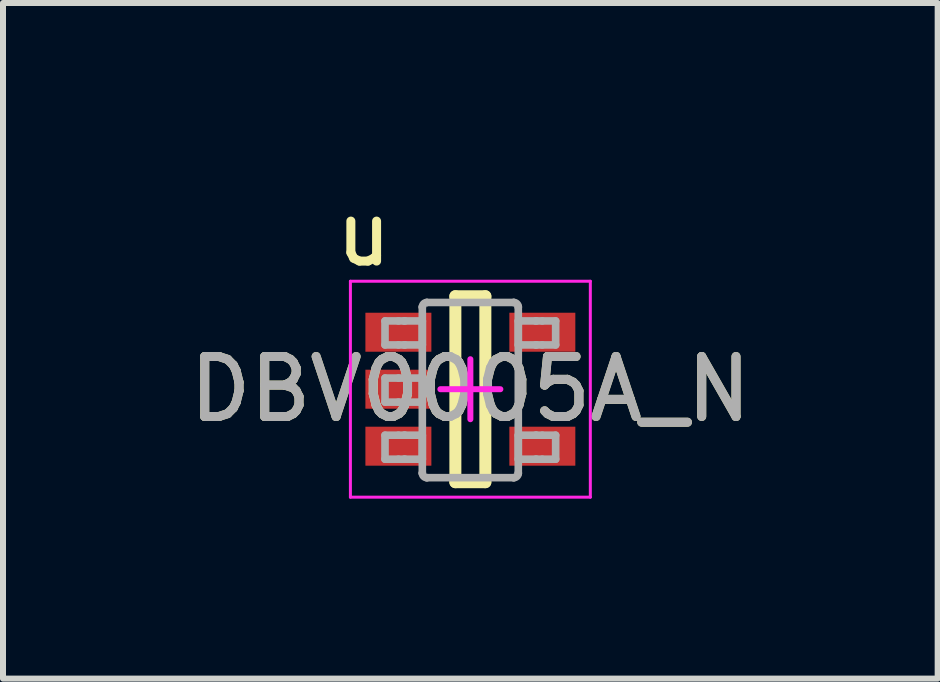
<source format=kicad_pcb>
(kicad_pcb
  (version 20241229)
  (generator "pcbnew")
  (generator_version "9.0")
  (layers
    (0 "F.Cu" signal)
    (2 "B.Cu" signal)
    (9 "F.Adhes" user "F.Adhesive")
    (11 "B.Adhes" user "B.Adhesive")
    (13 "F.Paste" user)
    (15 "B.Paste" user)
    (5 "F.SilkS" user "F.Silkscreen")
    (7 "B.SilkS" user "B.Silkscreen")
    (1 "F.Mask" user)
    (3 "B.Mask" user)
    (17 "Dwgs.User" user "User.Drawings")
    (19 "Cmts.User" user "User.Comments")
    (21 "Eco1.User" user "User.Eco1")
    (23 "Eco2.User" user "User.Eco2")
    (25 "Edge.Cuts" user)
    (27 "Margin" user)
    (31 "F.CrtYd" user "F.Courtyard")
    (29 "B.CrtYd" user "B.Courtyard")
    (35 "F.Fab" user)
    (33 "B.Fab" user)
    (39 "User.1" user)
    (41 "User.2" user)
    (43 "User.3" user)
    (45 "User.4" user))
  (footprint "DBV0005A_N"
    (layer "F.Cu")
    (at 4.792 3.439)
    (property "Reference" "DBV0005A_N" (at 0 0 0) (unlocked yes) (layer "F.SilkS") (effects (font (size 1 1) (thickness 0.15))))
    (attr smd)
    (fp_line (start -0.25 -1.55) (end 0.25 -1.55) (stroke (width 0.2) (type solid)) (layer "F.SilkS"))
    (fp_line (start -0.25 1.55) (end -0.25 -1.55) (stroke (width 0.2) (type solid)) (layer "F.SilkS"))
    (fp_line (start -0.25 1.55) (end 0.25 1.55) (stroke (width 0.2) (type solid)) (layer "F.SilkS"))
    (fp_line (start 0.25 1.55) (end 0.25 -1.55) (stroke (width 0.2) (type solid)) (layer "F.SilkS"))
    (fp_line (start -2 -1.8) (end 2 -1.8) (stroke (width 0.05) (type solid)) (layer "F.CrtYd"))
    (fp_line (start -2 1.8) (end -2 -1.8) (stroke (width 0.05) (type solid)) (layer "F.CrtYd"))
    (fp_line (start -2 1.8) (end 2 1.8) (stroke (width 0.05) (type solid)) (layer "F.CrtYd"))
    (fp_line (start -0.5 0) (end 0.5 0) (stroke (width 0.1) (type solid)) (layer "F.CrtYd"))
    (fp_line (start 0 0.5) (end 0 -0.5) (stroke (width 0.1) (type solid)) (layer "F.CrtYd"))
    (fp_line (start 2 1.8) (end 2 -1.8) (stroke (width 0.05) (type solid)) (layer "F.CrtYd"))
    (fp_line (start -1.423 -1.138) (end -1.199 -1.138) (stroke (width 0.127) (type solid)) (layer "F.Fab"))
    (fp_line (start -1.423 -0.738) (end -1.423 -1.138) (stroke (width 0.127) (type solid)) (layer "F.Fab"))
    (fp_line (start -1.423 -0.738) (end -1.199 -0.738) (stroke (width 0.127) (type solid)) (layer "F.Fab"))
    (fp_line (start -1.423 -0.186) (end -1.199 -0.186) (stroke (width 0.127) (type solid)) (layer "F.Fab"))
    (fp_line (start -1.423 0.215) (end -1.423 -0.186) (stroke (width 0.127) (type solid)) (layer "F.Fab"))
    (fp_line (start -1.423 0.215) (end -1.199 0.215) (stroke (width 0.127) (type solid)) (layer "F.Fab"))
    (fp_line (start -1.423 0.767) (end -1.199 0.767) (stroke (width 0.127) (type solid)) (layer "F.Fab"))
    (fp_line (start -1.423 1.167) (end -1.423 0.767) (stroke (width 0.127) (type solid)) (layer "F.Fab"))
    (fp_line (start -1.423 1.167) (end -1.199 1.167) (stroke (width 0.127) (type solid)) (layer "F.Fab"))
    (fp_line (start -1.199 -1.138) (end -1.105 -1.138) (stroke (width 0.127) (type solid)) (layer "F.Fab"))
    (fp_line (start -1.199 -0.738) (end -1.105 -0.738) (stroke (width 0.127) (type solid)) (layer "F.Fab"))
    (fp_line (start -1.199 -0.186) (end -1.105 -0.186) (stroke (width 0.127) (type solid)) (layer "F.Fab"))
    (fp_line (start -1.199 0.215) (end -1.105 0.215) (stroke (width 0.127) (type solid)) (layer "F.Fab"))
    (fp_line (start -1.199 0.767) (end -1.105 0.767) (stroke (width 0.127) (type solid)) (layer "F.Fab"))
    (fp_line (start -1.199 1.167) (end -1.105 1.167) (stroke (width 0.127) (type solid)) (layer "F.Fab"))
    (fp_line (start -1.105 -1.138) (end -1.088 -1.138) (stroke (width 0.127) (type solid)) (layer "F.Fab"))
    (fp_line (start -1.105 -0.738) (end -1.088 -0.738) (stroke (width 0.127) (type solid)) (layer "F.Fab"))
    (fp_line (start -1.105 -0.186) (end -1.088 -0.186) (stroke (width 0.127) (type solid)) (layer "F.Fab"))
    (fp_line (start -1.105 0.215) (end -1.088 0.215) (stroke (width 0.127) (type solid)) (layer "F.Fab"))
    (fp_line (start -1.105 0.767) (end -1.088 0.767) (stroke (width 0.127) (type solid)) (layer "F.Fab"))
    (fp_line (start -1.105 1.167) (end -1.088 1.167) (stroke (width 0.127) (type solid)) (layer "F.Fab"))
    (fp_line (start -1.088 -1.138) (end -0.835 -1.138) (stroke (width 0.127) (type solid)) (layer "F.Fab"))
    (fp_line (start -1.088 -0.738) (end -0.835 -0.738) (stroke (width 0.127) (type solid)) (layer "F.Fab"))
    (fp_line (start -1.088 -0.186) (end -0.835 -0.186) (stroke (width 0.127) (type solid)) (layer "F.Fab"))
    (fp_line (start -1.088 0.215) (end -0.835 0.215) (stroke (width 0.127) (type solid)) (layer "F.Fab"))
    (fp_line (start -1.088 0.767) (end -0.835 0.767) (stroke (width 0.127) (type solid)) (layer "F.Fab"))
    (fp_line (start -1.088 1.167) (end -0.835 1.167) (stroke (width 0.127) (type solid)) (layer "F.Fab"))
    (fp_line (start -0.835 -1.138) (end -0.801 -1.138) (stroke (width 0.127) (type solid)) (layer "F.Fab"))
    (fp_line (start -0.835 -0.738) (end -0.801 -0.738) (stroke (width 0.127) (type solid)) (layer "F.Fab"))
    (fp_line (start -0.835 -0.186) (end -0.801 -0.186) (stroke (width 0.127) (type solid)) (layer "F.Fab"))
    (fp_line (start -0.835 0.215) (end -0.801 0.215) (stroke (width 0.127) (type solid)) (layer "F.Fab"))
    (fp_line (start -0.835 0.767) (end -0.801 0.767) (stroke (width 0.127) (type solid)) (layer "F.Fab"))
    (fp_line (start -0.835 1.167) (end -0.801 1.167) (stroke (width 0.127) (type solid)) (layer "F.Fab"))
    (fp_line (start -0.801 -1.37) (end -0.801 -1.371) (stroke (width 0.127) (type solid)) (layer "F.Fab"))
    (fp_line (start -0.801 -0.738) (end -0.801 -1.138) (stroke (width 0.127) (type solid)) (layer "F.Fab"))
    (fp_line (start -0.801 0.215) (end -0.801 -0.186) (stroke (width 0.127) (type solid)) (layer "F.Fab"))
    (fp_line (start -0.801 1.167) (end -0.801 0.767) (stroke (width 0.127) (type solid)) (layer "F.Fab"))
    (fp_line (start -0.801 1.399) (end -0.801 -1.37) (stroke (width 0.127) (type solid)) (layer "F.Fab"))
    (fp_line (start -0.801 1.4) (end -0.801 1.399) (stroke (width 0.127) (type solid)) (layer "F.Fab"))
    (fp_line (start -0.725 -1.446) (end -0.725 -1.446) (stroke (width 0.127) (type solid)) (layer "F.Fab"))
    (fp_line (start -0.725 1.475) (end -0.725 1.475) (stroke (width 0.127) (type solid)) (layer "F.Fab"))
    (fp_line (start -0.725 -1.446) (end 0.723 -1.446) (stroke (width 0.127) (type solid)) (layer "F.Fab"))
    (fp_line (start -0.725 1.475) (end 0.723 1.475) (stroke (width 0.127) (type solid)) (layer "F.Fab"))
    (fp_line (start 0.723 -1.446) (end 0.724 -1.446) (stroke (width 0.127) (type solid)) (layer "F.Fab"))
    (fp_line (start 0.723 1.475) (end 0.724 1.475) (stroke (width 0.127) (type solid)) (layer "F.Fab"))
    (fp_line (start 0.799 -1.37) (end 0.799 -1.371) (stroke (width 0.127) (type solid)) (layer "F.Fab"))
    (fp_line (start 0.799 -1.138) (end 0.834 -1.138) (stroke (width 0.127) (type solid)) (layer "F.Fab"))
    (fp_line (start 0.799 -0.738) (end 0.799 -1.138) (stroke (width 0.127) (type solid)) (layer "F.Fab"))
    (fp_line (start 0.799 -0.738) (end 0.834 -0.738) (stroke (width 0.127) (type solid)) (layer "F.Fab"))
    (fp_line (start 0.799 0.767) (end 0.834 0.767) (stroke (width 0.127) (type solid)) (layer "F.Fab"))
    (fp_line (start 0.799 1.167) (end 0.799 0.767) (stroke (width 0.127) (type solid)) (layer "F.Fab"))
    (fp_line (start 0.799 1.167) (end 0.834 1.167) (stroke (width 0.127) (type solid)) (layer "F.Fab"))
    (fp_line (start 0.799 1.399) (end 0.799 -1.37) (stroke (width 0.127) (type solid)) (layer "F.Fab"))
    (fp_line (start 0.799 1.4) (end 0.799 1.399) (stroke (width 0.127) (type solid)) (layer "F.Fab"))
    (fp_line (start 0.834 -1.138) (end 1.087 -1.138) (stroke (width 0.127) (type solid)) (layer "F.Fab"))
    (fp_line (start 0.834 -0.738) (end 1.087 -0.738) (stroke (width 0.127) (type solid)) (layer "F.Fab"))
    (fp_line (start 0.834 0.767) (end 1.087 0.767) (stroke (width 0.127) (type solid)) (layer "F.Fab"))
    (fp_line (start 0.834 1.167) (end 1.087 1.167) (stroke (width 0.127) (type solid)) (layer "F.Fab"))
    (fp_line (start 1.087 -1.138) (end 1.103 -1.138) (stroke (width 0.127) (type solid)) (layer "F.Fab"))
    (fp_line (start 1.087 -0.738) (end 1.103 -0.738) (stroke (width 0.127) (type solid)) (layer "F.Fab"))
    (fp_line (start 1.087 0.767) (end 1.103 0.767) (stroke (width 0.127) (type solid)) (layer "F.Fab"))
    (fp_line (start 1.087 1.167) (end 1.103 1.167) (stroke (width 0.127) (type solid)) (layer "F.Fab"))
    (fp_line (start 1.103 -1.138) (end 1.198 -1.138) (stroke (width 0.127) (type solid)) (layer "F.Fab"))
    (fp_line (start 1.103 -0.738) (end 1.198 -0.738) (stroke (width 0.127) (type solid)) (layer "F.Fab"))
    (fp_line (start 1.103 0.767) (end 1.198 0.767) (stroke (width 0.127) (type solid)) (layer "F.Fab"))
    (fp_line (start 1.103 1.167) (end 1.198 1.167) (stroke (width 0.127) (type solid)) (layer "F.Fab"))
    (fp_line (start 1.198 -1.138) (end 1.422 -1.138) (stroke (width 0.127) (type solid)) (layer "F.Fab"))
    (fp_line (start 1.198 -0.738) (end 1.422 -0.738) (stroke (width 0.127) (type solid)) (layer "F.Fab"))
    (fp_line (start 1.198 0.767) (end 1.422 0.767) (stroke (width 0.127) (type solid)) (layer "F.Fab"))
    (fp_line (start 1.198 1.167) (end 1.422 1.167) (stroke (width 0.127) (type solid)) (layer "F.Fab"))
    (fp_line (start 1.422 -0.738) (end 1.422 -1.138) (stroke (width 0.127) (type solid)) (layer "F.Fab"))
    (fp_line (start 1.422 1.167) (end 1.422 0.767) (stroke (width 0.127) (type solid)) (layer "F.Fab"))
    (fp_arc (start -0.80074 -1.37084) (mid -0.778218 -1.423887) (end -0.724999 -1.445998) (stroke (width 0.127) (type solid)) (layer "F.Fab"))
    (fp_arc (start -0.724999 1.475) (mid -0.778213 1.452901) (end -0.80074 1.399867) (stroke (width 0.127) (type solid)) (layer "F.Fab"))
    (fp_arc (start 0.723714 -1.445998) (mid 0.776933 -1.423887) (end 0.799455 -1.37084) (stroke (width 0.127) (type solid)) (layer "F.Fab"))
    (fp_arc (start 0.799455 1.399868) (mid 0.776927 1.452901) (end 0.723713 1.475) (stroke (width 0.127) (type solid)) (layer "F.Fab"))
    (fp_text user "u" (at -1.778 -2.591 0) (unlocked yes) (layer "F.SilkS") (effects (font (size 1 1) (thickness 0.15))))
    (fp_text user "${REFERENCE}" (at 0 0 0) (unlocked yes) (layer "F.Fab") (effects (font (size 1 1) (thickness 0.15))))
    (pad "1" smd rect (at -1.2 -0.95 90) (size 0.65 1.1) (layers "F.Cu" "F.Mask" "F.Paste"))
    (pad "2" smd rect (at -1.2 0 90) (size 0.65 1.1) (layers "F.Cu" "F.Mask" "F.Paste"))
    (pad "3" smd rect (at -1.2 0.95 90) (size 0.65 1.1) (layers "F.Cu" "F.Mask" "F.Paste"))
    (pad "4" smd rect (at 1.2 0.95 90) (size 0.65 1.1) (layers "F.Cu" "F.Mask" "F.Paste"))
    (pad "5" smd rect (at 1.2 -0.95 90) (size 0.65 1.1) (layers "F.Cu" "F.Mask" "F.Paste")))
  (gr_rect
    (start -3 -3)
    (end 12.583 8.264)
    (stroke (width 0.1) (type default))
    (fill no)
    (layer "Edge.Cuts")))
</source>
